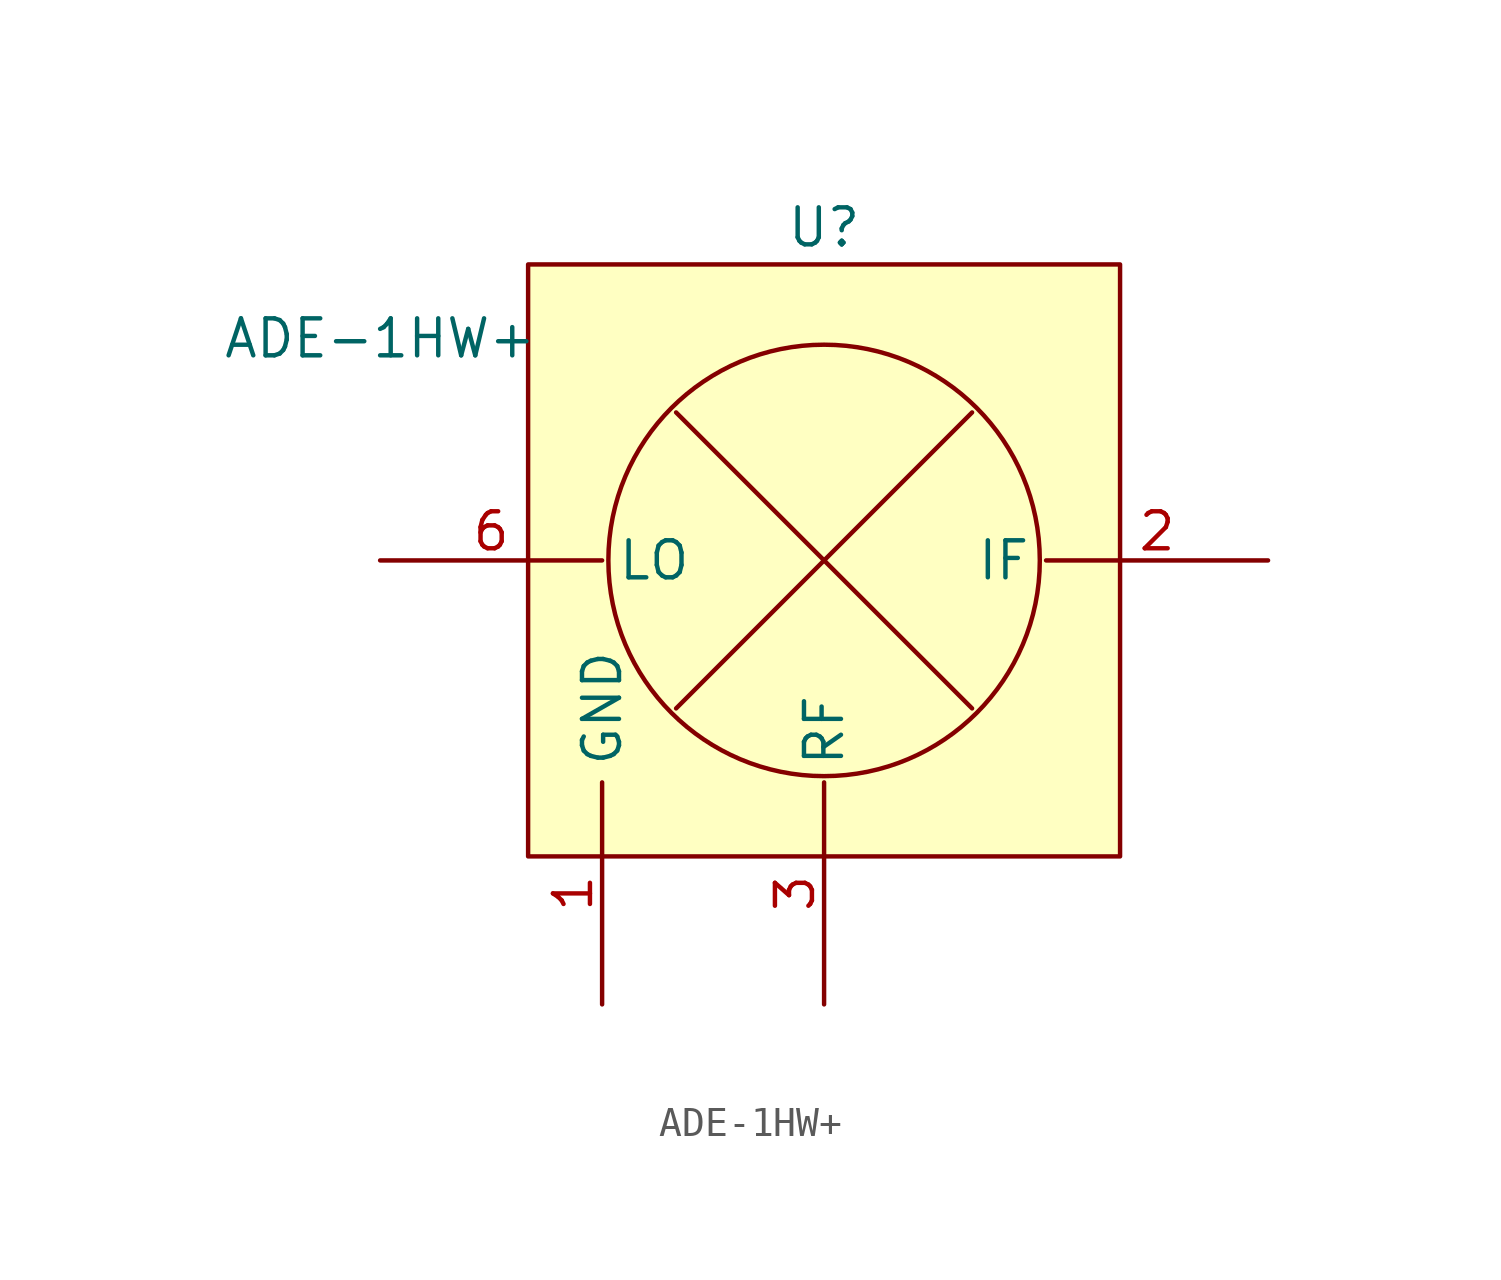
<source format=kicad_sym>
(kicad_symbol_lib
  (version 20220914)
  (generator kicad_symbol_editor)
  (symbol "ADE-1HW+"
    (property "Reference" "U"
      (at 0 11.43 0)
      (effects (font (size 1.27 1.27))))
    (property "Value" "ADE-1HW+"
      (at -15.24 7.62 0)
      (effects (font (size 1.27 1.27))))
    (symbol "ADE-1HW+_0_1"
      (polyline (pts (xy -5.08 -5.08) (xy 5.08 5.08)) (stroke (width 0) (type default)) (fill (type none)))
      (circle (center 0 0) (radius 7.405) (stroke (width 0) (type default)) (fill (type none))))
    (symbol "ADE-1HW+_1_1"
      (rectangle (start -10.16 10.16) (end 10.16 -10.16) (stroke (width 0) (type default)) (fill (type background)))
      (polyline (pts (xy -5.08 5.08) (xy 5.08 -5.08)) (stroke (width 0) (type default)) (fill (type none)))
      (pin power_in line (at -7.62 -15.24 90) (length 7.62) (name "GND" (effects (font (size 1.27 1.27)))) (number "1" (effects (font (size 1.27 1.27)))))
      (pin passive line (at 15.24 0 180) (length 7.62) (name "IF" (effects (font (size 1.27 1.27)))) (number "2" (effects (font (size 1.27 1.27)))))
      (pin passive line (at 0 -15.24 90) (length 7.62) (name "RF" (effects (font (size 1.27 1.27)))) (number "3" (effects (font (size 1.27 1.27)))))
      (pin passive line (at -7.62 -15.24 90) (length 7.62) hide (name "GND" (effects (font (size 1.27 1.27)))) (number "4" (effects (font (size 1.27 1.27)))))
      (pin passive line (at -7.62 -15.24 90) (length 7.62) hide (name "GND" (effects (font (size 1.27 1.27)))) (number "5" (effects (font (size 1.27 1.27)))))
      (pin passive line (at -15.24 0 0) (length 7.62) (name "LO" (effects (font (size 1.27 1.27)))) (number "6" (effects (font (size 1.27 1.27))))))))
</source>
